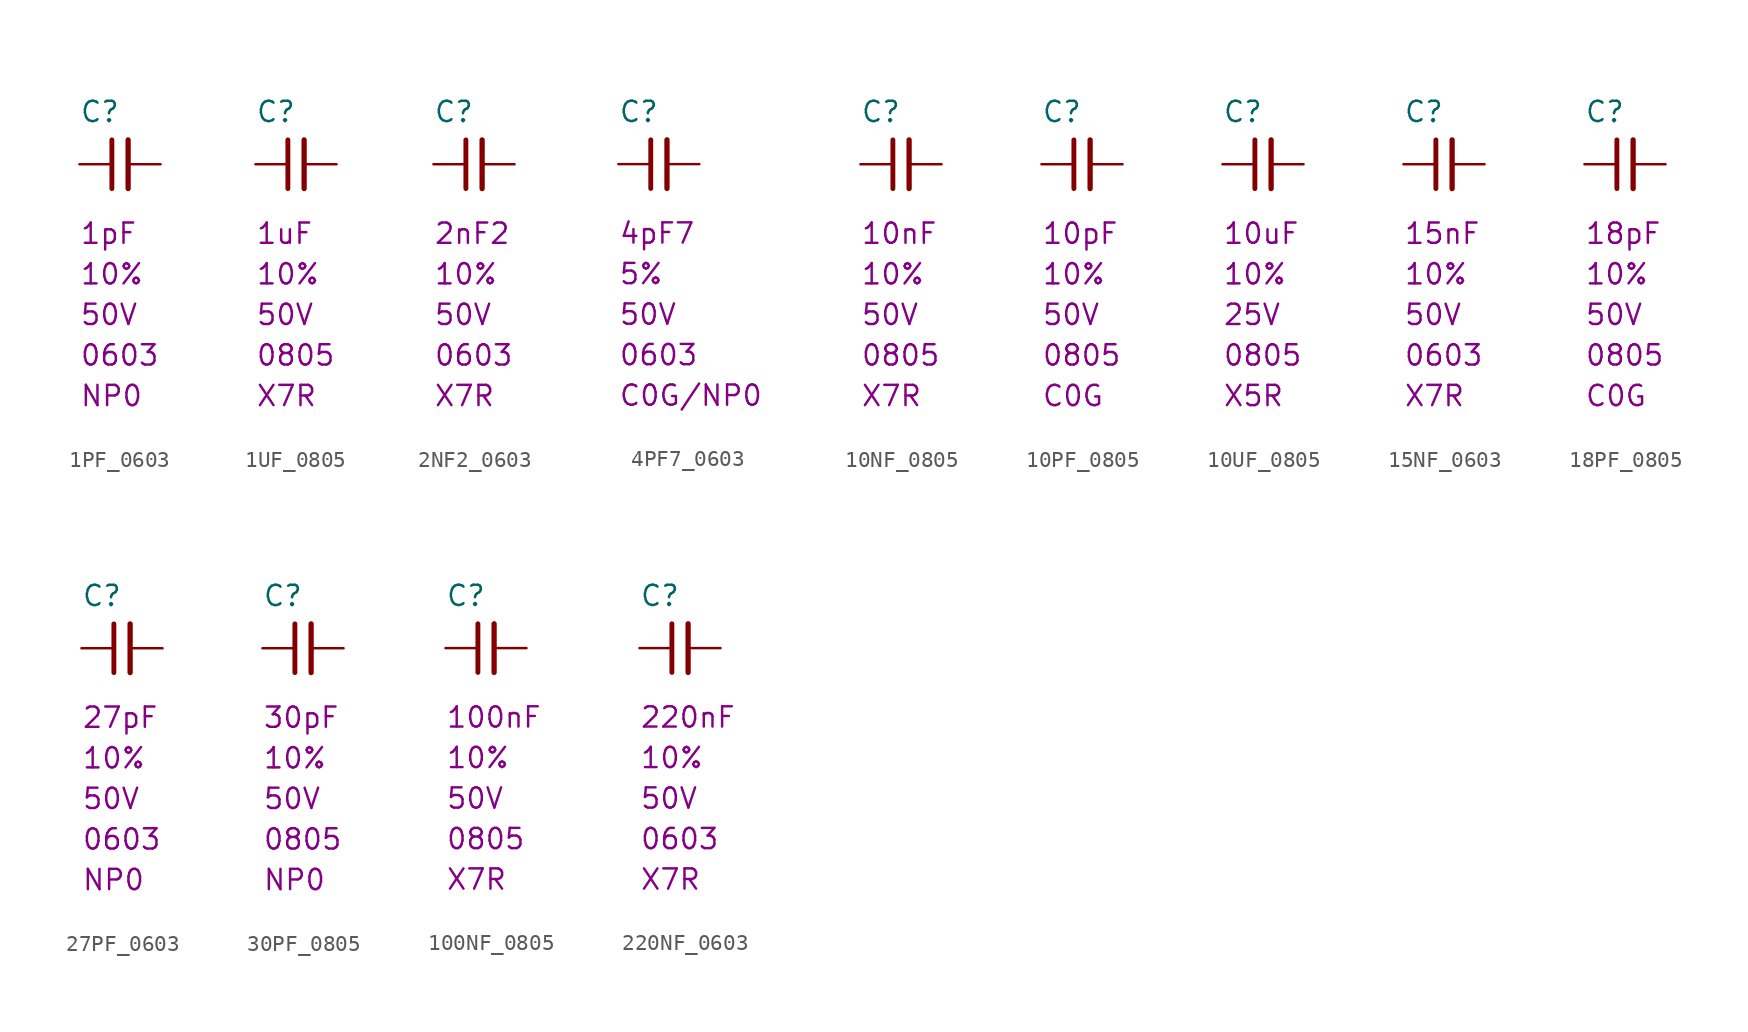
<source format=kicad_sym>
(kicad_symbol_lib
  (version 20220914)
  (generator kicad_symbol_editor)
  (symbol "1PF_0603"
    (pin_numbers hide)
    (pin_names
      (offset 0.254) hide)
    (property "Reference" "C"
      (at 0 2.54 0)
      (effects (font (size 1.27 1.27)) (justify left bottom)))
    (property "Tolerance" "10%"
      (at 0 -7.62 0)
      (effects (font (size 1.27 1.27)) (justify left bottom)))
    (property "Rating" "50V"
      (at 0 -10.16 0)
      (effects (font (size 1.27 1.27)) (justify left bottom)))
    (property "Temp" "NP0"
      (at 0 -15.24 0)
      (effects (font (size 1.27 1.27)) (justify left bottom)))
    (property "Package" "0603"
      (at 0 -12.7 0)
      (effects (font (size 1.27 1.27)) (justify left bottom)))
    (property "Capacitance" "1pF"
      (at 0 -5.08 0)
      (effects (font (size 1.27 1.27)) (justify left bottom)))
    (symbol "1PF_0603_0_1"
      (polyline (pts (xy 2.032 -1.524) (xy 2.032 1.524)) (stroke (width 0.305) (type default)) (fill (type none)))
      (polyline (pts (xy 3.048 -1.524) (xy 3.048 1.524)) (stroke (width 0.33) (type default)) (fill (type none))))
    (symbol "1PF_0603_1_1"
      (pin passive line (at 0 0 0) (length 2.032) (name "~" (effects (font (size 1.27 1.27)))) (number "1" (effects (font (size 1.27 1.27)))))
      (pin passive line (at 5.08 0 180) (length 2.032) (name "~" (effects (font (size 1.27 1.27)))) (number "2" (effects (font (size 1.27 1.27)))))))
  (symbol "1UF_0805"
    (pin_numbers hide)
    (pin_names
      (offset 0.254) hide)
    (property "Reference" "C"
      (at 0 2.54 0)
      (effects (font (size 1.27 1.27)) (justify left bottom)))
    (property "Tolerance" "10%"
      (at 0 -7.62 0)
      (effects (font (size 1.27 1.27)) (justify left bottom)))
    (property "Rating" "50V"
      (at 0 -10.16 0)
      (effects (font (size 1.27 1.27)) (justify left bottom)))
    (property "Temp" "X7R"
      (at 0 -15.24 0)
      (effects (font (size 1.27 1.27)) (justify left bottom)))
    (property "Package" "0805"
      (at 0 -12.7 0)
      (effects (font (size 1.27 1.27)) (justify left bottom)))
    (property "Capacitance" "1uF"
      (at 0 -5.08 0)
      (effects (font (size 1.27 1.27)) (justify left bottom)))
    (symbol "1UF_0805_0_1"
      (polyline (pts (xy 2.032 -1.524) (xy 2.032 1.524)) (stroke (width 0.305) (type default)) (fill (type none)))
      (polyline (pts (xy 3.048 -1.524) (xy 3.048 1.524)) (stroke (width 0.33) (type default)) (fill (type none))))
    (symbol "1UF_0805_1_1"
      (pin passive line (at 0 0 0) (length 2.032) (name "~" (effects (font (size 1.27 1.27)))) (number "1" (effects (font (size 1.27 1.27)))))
      (pin passive line (at 5.08 0 180) (length 2.032) (name "~" (effects (font (size 1.27 1.27)))) (number "2" (effects (font (size 1.27 1.27)))))))
  (symbol "2NF2_0603"
    (pin_numbers hide)
    (pin_names
      (offset 0.254) hide)
    (property "Reference" "C"
      (at 0 2.54 0)
      (effects (font (size 1.27 1.27)) (justify left bottom)))
    (property "Tolerance" "10%"
      (at 0 -7.62 0)
      (effects (font (size 1.27 1.27)) (justify left bottom)))
    (property "Rating" "50V"
      (at 0 -10.16 0)
      (effects (font (size 1.27 1.27)) (justify left bottom)))
    (property "Temp" "X7R"
      (at 0 -15.24 0)
      (effects (font (size 1.27 1.27)) (justify left bottom)))
    (property "Package" "0603"
      (at 0 -12.7 0)
      (effects (font (size 1.27 1.27)) (justify left bottom)))
    (property "Capacitance" "2nF2"
      (at 0 -5.08 0)
      (effects (font (size 1.27 1.27)) (justify left bottom)))
    (symbol "2NF2_0603_0_1"
      (polyline (pts (xy 2.032 -1.524) (xy 2.032 1.524)) (stroke (width 0.305) (type default)) (fill (type none)))
      (polyline (pts (xy 3.048 -1.524) (xy 3.048 1.524)) (stroke (width 0.33) (type default)) (fill (type none))))
    (symbol "2NF2_0603_1_1"
      (pin passive line (at 0 0 0) (length 2.032) (name "~" (effects (font (size 1.27 1.27)))) (number "1" (effects (font (size 1.27 1.27)))))
      (pin passive line (at 5.08 0 180) (length 2.032) (name "~" (effects (font (size 1.27 1.27)))) (number "2" (effects (font (size 1.27 1.27)))))))
  (symbol "4PF7_0603"
    (pin_numbers hide)
    (pin_names
      (offset 0.254) hide)
    (property "Reference" "C"
      (at 0 2.54 0)
      (effects (font (size 1.27 1.27)) (justify left bottom)))
    (property "Tolerance" "5%"
      (at 0 -7.62 0)
      (effects (font (size 1.27 1.27)) (justify left bottom)))
    (property "Rating" "50V"
      (at 0 -10.16 0)
      (effects (font (size 1.27 1.27)) (justify left bottom)))
    (property "Temp" "C0G/NP0"
      (at 0 -15.24 0)
      (effects (font (size 1.27 1.27)) (justify left bottom)))
    (property "Package" "0603"
      (at 0 -12.7 0)
      (effects (font (size 1.27 1.27)) (justify left bottom)))
    (property "Capacitance" "4pF7"
      (at 0 -5.08 0)
      (effects (font (size 1.27 1.27)) (justify left bottom)))
    (symbol "4PF7_0603_0_1"
      (polyline (pts (xy 2.032 -1.524) (xy 2.032 1.524)) (stroke (width 0.305) (type default)) (fill (type none)))
      (polyline (pts (xy 3.048 -1.524) (xy 3.048 1.524)) (stroke (width 0.33) (type default)) (fill (type none))))
    (symbol "4PF7_0603_1_1"
      (pin passive line (at 0 0 0) (length 2.032) (name "~" (effects (font (size 1.27 1.27)))) (number "1" (effects (font (size 1.27 1.27)))))
      (pin passive line (at 5.08 0 180) (length 2.032) (name "~" (effects (font (size 1.27 1.27)))) (number "2" (effects (font (size 1.27 1.27)))))))
  (symbol "10NF_0805"
    (pin_numbers hide)
    (pin_names
      (offset 0.254) hide)
    (property "Reference" "C"
      (at 0 2.54 0)
      (effects (font (size 1.27 1.27)) (justify left bottom)))
    (property "Tolerance" "10%"
      (at 0 -7.62 0)
      (effects (font (size 1.27 1.27)) (justify left bottom)))
    (property "Rating" "50V"
      (at 0 -10.16 0)
      (effects (font (size 1.27 1.27)) (justify left bottom)))
    (property "Temp" "X7R"
      (at 0 -15.24 0)
      (effects (font (size 1.27 1.27)) (justify left bottom)))
    (property "Package" "0805"
      (at 0 -12.7 0)
      (effects (font (size 1.27 1.27)) (justify left bottom)))
    (property "Capacitance" "10nF"
      (at 0 -5.08 0)
      (effects (font (size 1.27 1.27)) (justify left bottom)))
    (symbol "10NF_0805_0_1"
      (polyline (pts (xy 2.032 -1.524) (xy 2.032 1.524)) (stroke (width 0.305) (type default)) (fill (type none)))
      (polyline (pts (xy 3.048 -1.524) (xy 3.048 1.524)) (stroke (width 0.33) (type default)) (fill (type none))))
    (symbol "10NF_0805_1_1"
      (pin passive line (at 0 0 0) (length 2.032) (name "~" (effects (font (size 1.27 1.27)))) (number "1" (effects (font (size 1.27 1.27)))))
      (pin passive line (at 5.08 0 180) (length 2.032) (name "~" (effects (font (size 1.27 1.27)))) (number "2" (effects (font (size 1.27 1.27)))))))
  (symbol "10PF_0805"
    (pin_numbers hide)
    (pin_names
      (offset 0.254) hide)
    (property "Reference" "C"
      (at 0 2.54 0)
      (effects (font (size 1.27 1.27)) (justify left bottom)))
    (property "Tolerance" "10%"
      (at 0 -7.62 0)
      (effects (font (size 1.27 1.27)) (justify left bottom)))
    (property "Rating" "50V"
      (at 0 -10.16 0)
      (effects (font (size 1.27 1.27)) (justify left bottom)))
    (property "Temp" "C0G"
      (at 0 -15.24 0)
      (effects (font (size 1.27 1.27)) (justify left bottom)))
    (property "Package" "0805"
      (at 0 -12.7 0)
      (effects (font (size 1.27 1.27)) (justify left bottom)))
    (property "Capacitance" "10pF"
      (at 0 -5.08 0)
      (effects (font (size 1.27 1.27)) (justify left bottom)))
    (symbol "10PF_0805_0_1"
      (polyline (pts (xy 2.032 -1.524) (xy 2.032 1.524)) (stroke (width 0.305) (type default)) (fill (type none)))
      (polyline (pts (xy 3.048 -1.524) (xy 3.048 1.524)) (stroke (width 0.33) (type default)) (fill (type none))))
    (symbol "10PF_0805_1_1"
      (pin passive line (at 0 0 0) (length 2.032) (name "~" (effects (font (size 1.27 1.27)))) (number "1" (effects (font (size 1.27 1.27)))))
      (pin passive line (at 5.08 0 180) (length 2.032) (name "~" (effects (font (size 1.27 1.27)))) (number "2" (effects (font (size 1.27 1.27)))))))
  (symbol "10UF_0805"
    (pin_numbers hide)
    (pin_names
      (offset 0.254) hide)
    (property "Reference" "C"
      (at 0 2.54 0)
      (effects (font (size 1.27 1.27)) (justify left bottom)))
    (property "Tolerance" "10%"
      (at 0 -7.62 0)
      (effects (font (size 1.27 1.27)) (justify left bottom)))
    (property "Rating" "25V"
      (at 0 -10.16 0)
      (effects (font (size 1.27 1.27)) (justify left bottom)))
    (property "Temp" "X5R"
      (at 0 -15.24 0)
      (effects (font (size 1.27 1.27)) (justify left bottom)))
    (property "Package" "0805"
      (at 0 -12.7 0)
      (effects (font (size 1.27 1.27)) (justify left bottom)))
    (property "Capacitance" "10uF"
      (at 0 -5.08 0)
      (effects (font (size 1.27 1.27)) (justify left bottom)))
    (symbol "10UF_0805_0_1"
      (polyline (pts (xy 2.032 -1.524) (xy 2.032 1.524)) (stroke (width 0.305) (type default)) (fill (type none)))
      (polyline (pts (xy 3.048 -1.524) (xy 3.048 1.524)) (stroke (width 0.33) (type default)) (fill (type none))))
    (symbol "10UF_0805_1_1"
      (pin passive line (at 0 0 0) (length 2.032) (name "~" (effects (font (size 1.27 1.27)))) (number "1" (effects (font (size 1.27 1.27)))))
      (pin passive line (at 5.08 0 180) (length 2.032) (name "~" (effects (font (size 1.27 1.27)))) (number "2" (effects (font (size 1.27 1.27)))))))
  (symbol "15NF_0603"
    (pin_numbers hide)
    (pin_names
      (offset 0.254) hide)
    (property "Reference" "C"
      (at 0 2.54 0)
      (effects (font (size 1.27 1.27)) (justify left bottom)))
    (property "Tolerance" "10%"
      (at 0 -7.62 0)
      (effects (font (size 1.27 1.27)) (justify left bottom)))
    (property "Rating" "50V"
      (at 0 -10.16 0)
      (effects (font (size 1.27 1.27)) (justify left bottom)))
    (property "Temp" "X7R"
      (at 0 -15.24 0)
      (effects (font (size 1.27 1.27)) (justify left bottom)))
    (property "Package" "0603"
      (at 0 -12.7 0)
      (effects (font (size 1.27 1.27)) (justify left bottom)))
    (property "Capacitance" "15nF"
      (at 0 -5.08 0)
      (effects (font (size 1.27 1.27)) (justify left bottom)))
    (symbol "15NF_0603_0_1"
      (polyline (pts (xy 2.032 -1.524) (xy 2.032 1.524)) (stroke (width 0.305) (type default)) (fill (type none)))
      (polyline (pts (xy 3.048 -1.524) (xy 3.048 1.524)) (stroke (width 0.33) (type default)) (fill (type none))))
    (symbol "15NF_0603_1_1"
      (pin passive line (at 0 0 0) (length 2.032) (name "~" (effects (font (size 1.27 1.27)))) (number "1" (effects (font (size 1.27 1.27)))))
      (pin passive line (at 5.08 0 180) (length 2.032) (name "~" (effects (font (size 1.27 1.27)))) (number "2" (effects (font (size 1.27 1.27)))))))
  (symbol "18PF_0805"
    (pin_numbers hide)
    (pin_names
      (offset 0.254) hide)
    (property "Reference" "C"
      (at 0 2.54 0)
      (effects (font (size 1.27 1.27)) (justify left bottom)))
    (property "Tolerance" "10%"
      (at 0 -7.62 0)
      (effects (font (size 1.27 1.27)) (justify left bottom)))
    (property "Rating" "50V"
      (at 0 -10.16 0)
      (effects (font (size 1.27 1.27)) (justify left bottom)))
    (property "Temp" "C0G"
      (at 0 -15.24 0)
      (effects (font (size 1.27 1.27)) (justify left bottom)))
    (property "Package" "0805"
      (at 0 -12.7 0)
      (effects (font (size 1.27 1.27)) (justify left bottom)))
    (property "Capacitance" "18pF"
      (at 0 -5.08 0)
      (effects (font (size 1.27 1.27)) (justify left bottom)))
    (symbol "18PF_0805_0_1"
      (polyline (pts (xy 2.032 -1.524) (xy 2.032 1.524)) (stroke (width 0.305) (type default)) (fill (type none)))
      (polyline (pts (xy 3.048 -1.524) (xy 3.048 1.524)) (stroke (width 0.33) (type default)) (fill (type none))))
    (symbol "18PF_0805_1_1"
      (pin passive line (at 0 0 0) (length 2.032) (name "~" (effects (font (size 1.27 1.27)))) (number "1" (effects (font (size 1.27 1.27)))))
      (pin passive line (at 5.08 0 180) (length 2.032) (name "~" (effects (font (size 1.27 1.27)))) (number "2" (effects (font (size 1.27 1.27)))))))
  (symbol "27PF_0603"
    (pin_numbers hide)
    (pin_names
      (offset 0.254) hide)
    (property "Reference" "C"
      (at 0 2.54 0)
      (effects (font (size 1.27 1.27)) (justify left bottom)))
    (property "Tolerance" "10%"
      (at 0 -7.62 0)
      (effects (font (size 1.27 1.27)) (justify left bottom)))
    (property "Rating" "50V"
      (at 0 -10.16 0)
      (effects (font (size 1.27 1.27)) (justify left bottom)))
    (property "Temp" "NP0"
      (at 0 -15.24 0)
      (effects (font (size 1.27 1.27)) (justify left bottom)))
    (property "Package" "0603"
      (at 0 -12.7 0)
      (effects (font (size 1.27 1.27)) (justify left bottom)))
    (property "Capacitance" "27pF"
      (at 0 -5.08 0)
      (effects (font (size 1.27 1.27)) (justify left bottom)))
    (symbol "27PF_0603_0_1"
      (polyline (pts (xy 2.032 -1.524) (xy 2.032 1.524)) (stroke (width 0.305) (type default)) (fill (type none)))
      (polyline (pts (xy 3.048 -1.524) (xy 3.048 1.524)) (stroke (width 0.33) (type default)) (fill (type none))))
    (symbol "27PF_0603_1_1"
      (pin passive line (at 0 0 0) (length 2.032) (name "~" (effects (font (size 1.27 1.27)))) (number "1" (effects (font (size 1.27 1.27)))))
      (pin passive line (at 5.08 0 180) (length 2.032) (name "~" (effects (font (size 1.27 1.27)))) (number "2" (effects (font (size 1.27 1.27)))))))
  (symbol "30PF_0805"
    (pin_numbers hide)
    (pin_names
      (offset 0.254) hide)
    (property "Reference" "C"
      (at 0 2.54 0)
      (effects (font (size 1.27 1.27)) (justify left bottom)))
    (property "Tolerance" "10%"
      (at 0 -7.62 0)
      (effects (font (size 1.27 1.27)) (justify left bottom)))
    (property "Rating" "50V"
      (at 0 -10.16 0)
      (effects (font (size 1.27 1.27)) (justify left bottom)))
    (property "Temp" "NP0"
      (at 0 -15.24 0)
      (effects (font (size 1.27 1.27)) (justify left bottom)))
    (property "Package" "0805"
      (at 0 -12.7 0)
      (effects (font (size 1.27 1.27)) (justify left bottom)))
    (property "Capacitance" "30pF"
      (at 0 -5.08 0)
      (effects (font (size 1.27 1.27)) (justify left bottom)))
    (symbol "30PF_0805_0_1"
      (polyline (pts (xy 2.032 -1.524) (xy 2.032 1.524)) (stroke (width 0.305) (type default)) (fill (type none)))
      (polyline (pts (xy 3.048 -1.524) (xy 3.048 1.524)) (stroke (width 0.33) (type default)) (fill (type none))))
    (symbol "30PF_0805_1_1"
      (pin passive line (at 0 0 0) (length 2.032) (name "~" (effects (font (size 1.27 1.27)))) (number "1" (effects (font (size 1.27 1.27)))))
      (pin passive line (at 5.08 0 180) (length 2.032) (name "~" (effects (font (size 1.27 1.27)))) (number "2" (effects (font (size 1.27 1.27)))))))
  (symbol "100NF_0805"
    (pin_numbers hide)
    (pin_names
      (offset 0.254) hide)
    (property "Reference" "C"
      (at 0 2.54 0)
      (effects (font (size 1.27 1.27)) (justify left bottom)))
    (property "Tolerance" "10%"
      (at 0 -7.62 0)
      (effects (font (size 1.27 1.27)) (justify left bottom)))
    (property "Rating" "50V"
      (at 0 -10.16 0)
      (effects (font (size 1.27 1.27)) (justify left bottom)))
    (property "Temp" "X7R"
      (at 0 -15.24 0)
      (effects (font (size 1.27 1.27)) (justify left bottom)))
    (property "Package" "0805"
      (at 0 -12.7 0)
      (effects (font (size 1.27 1.27)) (justify left bottom)))
    (property "Capacitance" "100nF"
      (at 0 -5.08 0)
      (effects (font (size 1.27 1.27)) (justify left bottom)))
    (symbol "100NF_0805_0_1"
      (polyline (pts (xy 2.032 -1.524) (xy 2.032 1.524)) (stroke (width 0.305) (type default)) (fill (type none)))
      (polyline (pts (xy 3.048 -1.524) (xy 3.048 1.524)) (stroke (width 0.33) (type default)) (fill (type none))))
    (symbol "100NF_0805_1_1"
      (pin passive line (at 0 0 0) (length 2.032) (name "~" (effects (font (size 1.27 1.27)))) (number "1" (effects (font (size 1.27 1.27)))))
      (pin passive line (at 5.08 0 180) (length 2.032) (name "~" (effects (font (size 1.27 1.27)))) (number "2" (effects (font (size 1.27 1.27)))))))
  (symbol "220NF_0603"
    (pin_numbers hide)
    (pin_names
      (offset 0.254) hide)
    (property "Reference" "C"
      (at 0 2.54 0)
      (effects (font (size 1.27 1.27)) (justify left bottom)))
    (property "Tolerance" "10%"
      (at 0 -7.62 0)
      (effects (font (size 1.27 1.27)) (justify left bottom)))
    (property "Rating" "50V"
      (at 0 -10.16 0)
      (effects (font (size 1.27 1.27)) (justify left bottom)))
    (property "Temp" "X7R"
      (at 0 -15.24 0)
      (effects (font (size 1.27 1.27)) (justify left bottom)))
    (property "Package" "0603"
      (at 0 -12.7 0)
      (effects (font (size 1.27 1.27)) (justify left bottom)))
    (property "Capacitance" "220nF"
      (at 0 -5.08 0)
      (effects (font (size 1.27 1.27)) (justify left bottom)))
    (symbol "220NF_0603_0_1"
      (polyline (pts (xy 2.032 -1.524) (xy 2.032 1.524)) (stroke (width 0.305) (type default)) (fill (type none)))
      (polyline (pts (xy 3.048 -1.524) (xy 3.048 1.524)) (stroke (width 0.33) (type default)) (fill (type none))))
    (symbol "220NF_0603_1_1"
      (pin passive line (at 0 0 0) (length 2.032) (name "~" (effects (font (size 1.27 1.27)))) (number "1" (effects (font (size 1.27 1.27)))))
      (pin passive line (at 5.08 0 180) (length 2.032) (name "~" (effects (font (size 1.27 1.27)))) (number "2" (effects (font (size 1.27 1.27))))))))
</source>
